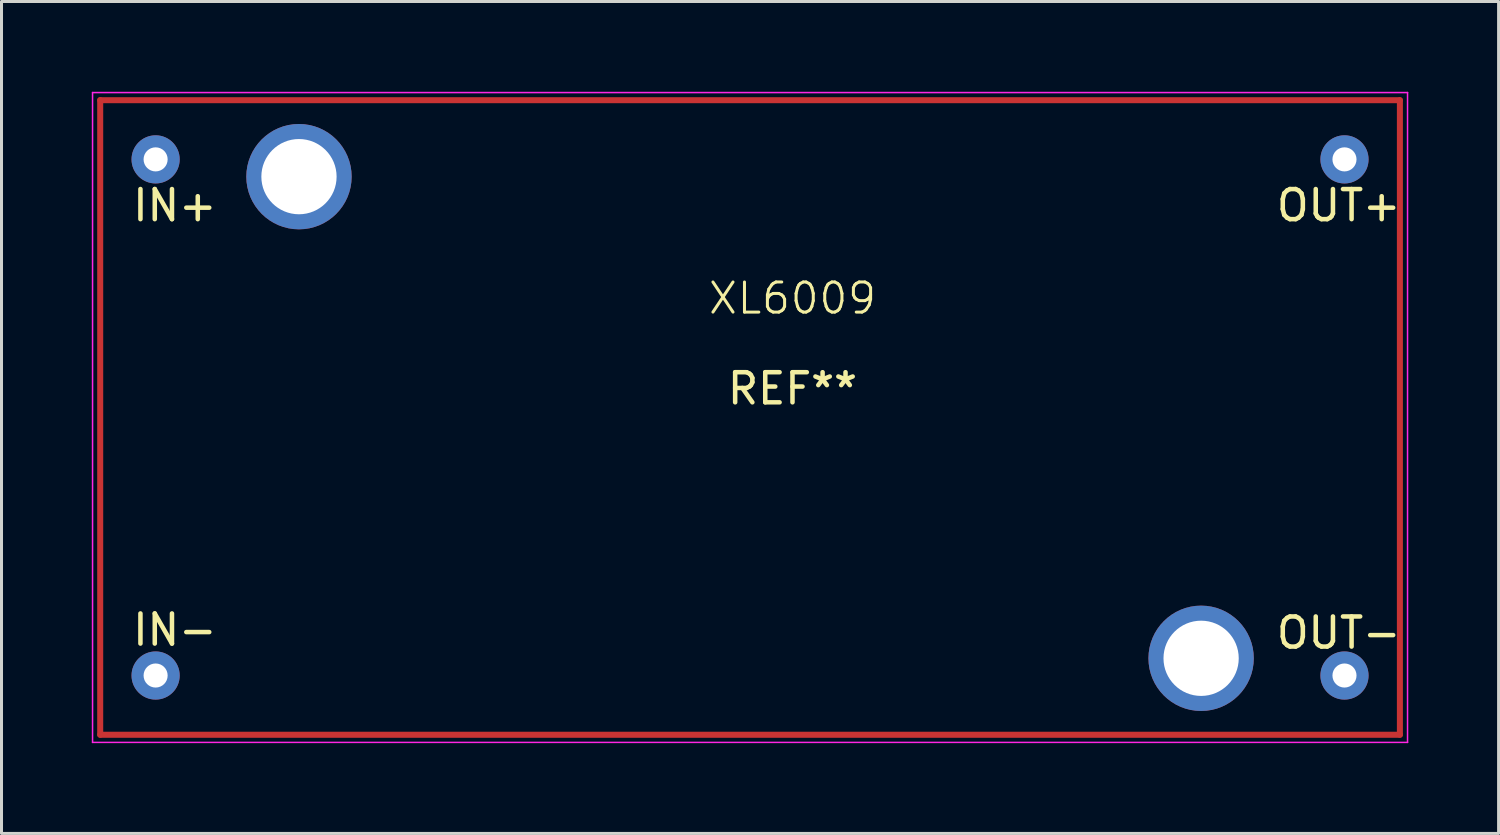
<source format=kicad_pcb>
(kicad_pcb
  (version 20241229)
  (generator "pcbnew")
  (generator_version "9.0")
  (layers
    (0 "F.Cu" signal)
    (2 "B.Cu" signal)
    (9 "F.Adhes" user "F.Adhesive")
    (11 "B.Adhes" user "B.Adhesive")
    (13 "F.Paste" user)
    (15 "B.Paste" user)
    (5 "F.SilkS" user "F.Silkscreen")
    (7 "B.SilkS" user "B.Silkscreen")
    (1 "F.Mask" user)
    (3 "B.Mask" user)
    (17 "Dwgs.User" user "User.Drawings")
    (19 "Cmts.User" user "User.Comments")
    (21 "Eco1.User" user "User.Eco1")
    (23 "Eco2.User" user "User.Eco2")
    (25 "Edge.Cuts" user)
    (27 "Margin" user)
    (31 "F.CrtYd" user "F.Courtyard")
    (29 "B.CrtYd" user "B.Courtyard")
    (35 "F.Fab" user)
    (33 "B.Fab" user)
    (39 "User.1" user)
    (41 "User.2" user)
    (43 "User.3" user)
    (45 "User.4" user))
  (footprint "XL6009"
    (layer "F.Cu")
    (at 0.279 21.361)
    (property "Reference" "XL6009" (at 23 -14.5 0) (unlocked yes) (layer "F.SilkS") (effects (font (size 1 1) (thickness 0.1))))
    (attr smd)
    (fp_line (start 0 -21.085) (end 0 0) (stroke (width 0.2) (type solid)) (layer "F.Cu"))
    (fp_line (start 0 0) (end 43.18 0) (stroke (width 0.2) (type solid)) (layer "F.Cu"))
    (fp_line (start 43.18 -21.082) (end 0 -21.082) (stroke (width 0.2) (type solid)) (layer "F.Cu"))
    (fp_line (start 43.18 0) (end 43.18 -21.082) (stroke (width 0.2) (type solid)) (layer "F.Cu"))
    (fp_line (start -0.254 -21.336) (end 43.434 -21.336) (stroke (width 0.05) (type default)) (layer "F.CrtYd"))
    (fp_line (start -0.254 0.254) (end -0.254 -21.336) (stroke (width 0.05) (type default)) (layer "F.CrtYd"))
    (fp_line (start 43.434 -21.336) (end 43.434 0.254) (stroke (width 0.05) (type default)) (layer "F.CrtYd"))
    (fp_line (start 43.434 0.254) (end -0.254 0.254) (stroke (width 0.05) (type default)) (layer "F.CrtYd"))
    (fp_text user "REF**" (at 23 -11.5 0) (unlocked yes) (layer "F.SilkS") (effects (font (size 1 1) (thickness 0.15))))
    (fp_text user "IN-" (at 1 -2.9 0) (unlocked yes) (layer "F.SilkS") (effects (font (size 1 1) (thickness 0.15)) (justify left bottom)))
    (fp_text user "OUT-" (at 39 -2.8 0) (unlocked yes) (layer "F.SilkS") (effects (font (size 1 1) (thickness 0.15)) (justify left bottom)))
    (fp_text user "IN+" (at 1 -17 0) (unlocked yes) (layer "F.SilkS") (effects (font (size 1 1) (thickness 0.15)) (justify left bottom)))
    (fp_text user "OUT+" (at 39 -17 0) (unlocked yes) (layer "F.SilkS") (effects (font (size 1 1) (thickness 0.15)) (justify left bottom)))
    (pad "1" thru_hole circle (at 1.841 -19.116) (size 1.6 1.6) (drill 0.8) (layers "*.Cu" "*.Mask"))
    (pad "2" thru_hole circle (at 1.841 -1.968) (size 1.6 1.6) (drill 0.8) (layers "*.Cu" "*.Mask"))
    (pad "3" thru_hole circle (at 41.339 -1.968) (size 1.6 1.6) (drill 0.8) (layers "*.Cu" "*.Mask"))
    (pad "4" thru_hole circle (at 41.339 -19.116) (size 1.6 1.6) (drill 0.8) (layers "*.Cu" "*.Mask"))
    (pad "5" thru_hole circle (at 6.604 -18.542) (size 3.5 3.5) (drill 2.5) (layers "*.Cu" "*.Mask"))
    (pad "6" thru_hole circle (at 36.576 -2.54) (size 3.5 3.5) (drill 2.5) (layers "*.Cu" "*.Mask")))
  (gr_rect
    (start -3 -3)
    (end 46.738 24.64)
    (stroke (width 0.1) (type default))
    (fill no)
    (layer "Edge.Cuts")))
</source>
